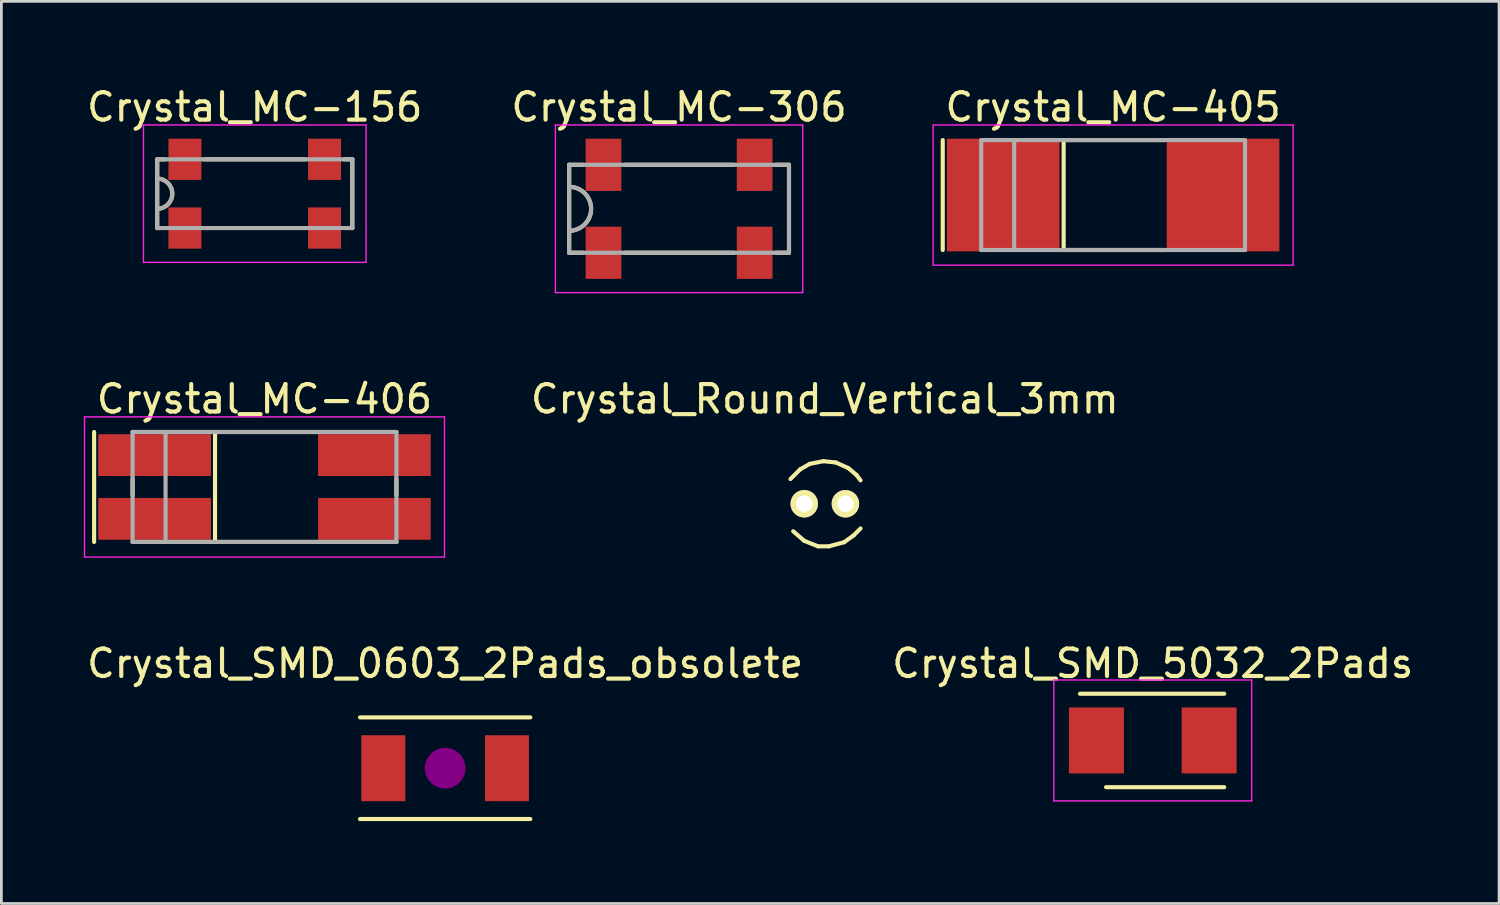
<source format=kicad_pcb>
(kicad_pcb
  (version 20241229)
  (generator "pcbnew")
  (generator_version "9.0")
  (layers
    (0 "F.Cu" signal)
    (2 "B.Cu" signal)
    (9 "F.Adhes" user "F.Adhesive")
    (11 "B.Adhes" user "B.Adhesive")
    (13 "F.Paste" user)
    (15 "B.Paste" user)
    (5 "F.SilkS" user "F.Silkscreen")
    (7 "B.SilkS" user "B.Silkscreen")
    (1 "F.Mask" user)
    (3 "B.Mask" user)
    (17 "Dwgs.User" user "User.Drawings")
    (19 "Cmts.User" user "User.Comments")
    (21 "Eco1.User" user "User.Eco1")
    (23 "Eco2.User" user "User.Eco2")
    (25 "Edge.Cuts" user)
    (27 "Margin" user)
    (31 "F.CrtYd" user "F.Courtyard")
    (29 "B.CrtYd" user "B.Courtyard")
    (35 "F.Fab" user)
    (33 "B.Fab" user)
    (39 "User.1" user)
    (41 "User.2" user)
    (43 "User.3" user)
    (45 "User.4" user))
  (footprint "Crystal_MC-406"
    (layer "F.Cu")
    (at 6.575 14.671)
    (property "Reference" "Crystal_MC-406" (at 0 -3.2 0) (layer "F.SilkS") (effects (font (size 1 1) (thickness 0.15))))
    (attr smd)
    (fp_line (start -6.2 2) (end -6.2 -2) (stroke (width 0.15) (type solid)) (layer "F.SilkS"))
    (fp_line (start -4.8 -2) (end 4.8 -2) (stroke (width 0.15) (type solid)) (layer "F.SilkS"))
    (fp_line (start -4.8 0.3) (end -4.8 -0.3) (stroke (width 0.15) (type solid)) (layer "F.SilkS"))
    (fp_line (start -1.8 2) (end -1.8 -2) (stroke (width 0.15) (type solid)) (layer "F.SilkS"))
    (fp_line (start 4.8 0.3) (end 4.8 -0.3) (stroke (width 0.15) (type solid)) (layer "F.SilkS"))
    (fp_line (start 4.8 2) (end -4.8 2) (stroke (width 0.15) (type solid)) (layer "F.SilkS"))
    (fp_line (start -6.55 -2.55) (end 6.55 -2.55) (stroke (width 0.05) (type solid)) (layer "F.CrtYd"))
    (fp_line (start -6.55 2.55) (end -6.55 -2.55) (stroke (width 0.05) (type solid)) (layer "F.CrtYd"))
    (fp_line (start 6.55 -2.55) (end 6.55 2.55) (stroke (width 0.05) (type solid)) (layer "F.CrtYd"))
    (fp_line (start 6.55 2.55) (end -6.55 2.55) (stroke (width 0.05) (type solid)) (layer "F.CrtYd"))
    (fp_line (start -4.8 2) (end -4.8 -2) (stroke (width 0.15) (type solid)) (layer "F.Fab"))
    (fp_line (start -4.8 2) (end 4.8 2) (stroke (width 0.15) (type solid)) (layer "F.Fab"))
    (fp_line (start -3.6 -2) (end -3.6 2) (stroke (width 0.15) (type solid)) (layer "F.Fab"))
    (fp_line (start 4.8 -2) (end -4.8 -2) (stroke (width 0.15) (type solid)) (layer "F.Fab"))
    (fp_line (start 4.8 -2) (end 4.8 2) (stroke (width 0.15) (type solid)) (layer "F.Fab"))
    (pad "" smd rect (at 4 -1.16) (size 4.1 1.52) (layers "F.Cu" "F.Mask" "F.Paste"))
    (pad "" smd rect (at 4 1.16) (size 4.1 1.52) (layers "F.Cu" "F.Mask" "F.Paste"))
    (pad "1" smd rect (at -4 1.16) (size 4.1 1.52) (layers "F.Cu" "F.Mask" "F.Paste"))
    (pad "2" smd rect (at -4 -1.16) (size 4.1 1.52) (layers "F.Cu" "F.Mask" "F.Paste")))
  (footprint "Crystal_MC-405"
    (layer "F.Cu")
    (at 37.456 4.048)
    (property "Reference" "Crystal_MC-405" (at 0 -3.2 0) (layer "F.SilkS") (effects (font (size 1 1) (thickness 0.15))))
    (attr smd)
    (fp_line (start -6.2 -2) (end -6.2 2) (stroke (width 0.15) (type solid)) (layer "F.SilkS"))
    (fp_line (start -1.8 -2) (end 1.85 -2) (stroke (width 0.15) (type solid)) (layer "F.SilkS"))
    (fp_line (start -1.8 2) (end -1.8 -2) (stroke (width 0.15) (type solid)) (layer "F.SilkS"))
    (fp_line (start -1.8 2) (end 1.85 2) (stroke (width 0.15) (type solid)) (layer "F.SilkS"))
    (fp_line (start -6.55 -2.55) (end 6.55 -2.55) (stroke (width 0.05) (type solid)) (layer "F.CrtYd"))
    (fp_line (start -6.55 2.55) (end -6.55 -2.55) (stroke (width 0.05) (type solid)) (layer "F.CrtYd"))
    (fp_line (start 6.55 -2.55) (end 6.55 2.55) (stroke (width 0.05) (type solid)) (layer "F.CrtYd"))
    (fp_line (start 6.55 2.55) (end -6.55 2.55) (stroke (width 0.05) (type solid)) (layer "F.CrtYd"))
    (fp_line (start -4.8 2) (end -4.8 -2) (stroke (width 0.15) (type solid)) (layer "F.Fab"))
    (fp_line (start -4.8 2) (end 4.8 2) (stroke (width 0.15) (type solid)) (layer "F.Fab"))
    (fp_line (start -3.6 -2) (end -3.6 2) (stroke (width 0.15) (type solid)) (layer "F.Fab"))
    (fp_line (start 4.8 -2) (end -4.8 -2) (stroke (width 0.15) (type solid)) (layer "F.Fab"))
    (fp_line (start 4.8 -2) (end 4.8 2) (stroke (width 0.15) (type solid)) (layer "F.Fab"))
    (pad "1" smd rect (at -4 0) (size 4.1 4.1) (layers "F.Cu" "F.Mask" "F.Paste"))
    (pad "2" smd rect (at 4 0) (size 4.1 4.1) (layers "F.Cu" "F.Mask" "F.Paste")))
  (footprint "Crystal_MC-306"
    (layer "F.Cu")
    (at 21.661 4.548)
    (property "Reference" "Crystal_MC-306" (at 0 -3.7 0) (layer "F.SilkS") (effects (font (size 1 1) (thickness 0.15))))
    (attr smd)
    (fp_line (start -4 -1.6) (end -3.5 -1.6) (stroke (width 0.15) (type solid)) (layer "F.SilkS"))
    (fp_line (start -4 1.6) (end -4 -1.6) (stroke (width 0.15) (type solid)) (layer "F.SilkS"))
    (fp_line (start -3.5 1.6) (end -4 1.6) (stroke (width 0.15) (type solid)) (layer "F.SilkS"))
    (fp_line (start -2 -1.6) (end 2 -1.6) (stroke (width 0.15) (type solid)) (layer "F.SilkS"))
    (fp_line (start 2 1.6) (end -2 1.6) (stroke (width 0.15) (type solid)) (layer "F.SilkS"))
    (fp_line (start 3.5 -1.6) (end 4 -1.6) (stroke (width 0.15) (type solid)) (layer "F.SilkS"))
    (fp_line (start 4 -1.6) (end 4 1.6) (stroke (width 0.15) (type solid)) (layer "F.SilkS"))
    (fp_line (start 4 1.6) (end 3.5 1.6) (stroke (width 0.15) (type solid)) (layer "F.SilkS"))
    (fp_arc (start -4 -0.8) (mid -3.2 0) (end -4 0.8) (stroke (width 0.15) (type solid)) (layer "F.SilkS"))
    (fp_line (start -4.5 -3.05) (end -4.5 3.05) (stroke (width 0.05) (type solid)) (layer "F.CrtYd"))
    (fp_line (start -4.5 -3.05) (end 4.5 -3.05) (stroke (width 0.05) (type solid)) (layer "F.CrtYd"))
    (fp_line (start -4.5 3.05) (end 4.5 3.05) (stroke (width 0.05) (type solid)) (layer "F.CrtYd"))
    (fp_line (start 4.5 3.05) (end 4.5 -3.05) (stroke (width 0.05) (type solid)) (layer "F.CrtYd"))
    (fp_line (start -4 1.6) (end -4 -1.6) (stroke (width 0.15) (type solid)) (layer "F.Fab"))
    (fp_line (start -4 1.6) (end 4 1.6) (stroke (width 0.15) (type solid)) (layer "F.Fab"))
    (fp_line (start 4 -1.6) (end -4 -1.6) (stroke (width 0.15) (type solid)) (layer "F.Fab"))
    (fp_line (start 4 -1.6) (end 4 1.6) (stroke (width 0.15) (type solid)) (layer "F.Fab"))
    (fp_arc (start -4 -0.8) (mid -3.2 0) (end -4 0.8) (stroke (width 0.15) (type solid)) (layer "F.Fab"))
    (pad "" smd rect (at 2.75 -1.6) (size 1.3 1.9) (layers "F.Cu" "F.Mask" "F.Paste"))
    (pad "" smd rect (at 2.75 1.6) (size 1.3 1.9) (layers "F.Cu" "F.Mask" "F.Paste"))
    (pad "1" smd rect (at -2.75 1.6) (size 1.3 1.9) (layers "F.Cu" "F.Mask" "F.Paste"))
    (pad "2" smd rect (at -2.75 -1.6) (size 1.3 1.9) (layers "F.Cu" "F.Mask" "F.Paste")))
  (footprint "Crystal_SMD_0603_2Pads_obsolete"
    (layer "F.Cu")
    (at 13.149 24.905)
    (property "Reference" "Crystal_SMD_0603_2Pads_obsolete" (at 0 -3.81 0) (layer "F.SilkS") (effects (font (size 1 1) (thickness 0.15))))
    (attr smd)
    (fp_line (start -3.099 -1.849) (end 3.099 -1.849) (stroke (width 0.15) (type solid)) (layer "F.SilkS"))
    (fp_line (start 3.099 1.849) (end -3.099 1.849) (stroke (width 0.15) (type solid)) (layer "F.SilkS"))
    (fp_circle (center 0 0) (end 0.051 0) (stroke (width 0.381) (type solid)) (fill no) (layer "F.Adhes"))
    (fp_circle (center 0 0) (end 0.201 0) (stroke (width 0.381) (type solid)) (fill no) (layer "F.Adhes"))
    (fp_circle (center 0 0) (end 0.551 0) (stroke (width 0.381) (type solid)) (fill no) (layer "F.Adhes"))
    (pad "1" smd rect (at -2.25 0) (size 1.6 2.4) (layers "F.Cu" "F.Mask" "F.Paste"))
    (pad "2" smd rect (at 2.25 0) (size 1.6 2.4) (layers "F.Cu" "F.Mask" "F.Paste")))
  (footprint "Crystal_SMD_5032_2Pads"
    (layer "F.Cu")
    (at 38.899 23.895)
    (property "Reference" "Crystal_SMD_5032_2Pads" (at 0 -2.8 0) (layer "F.SilkS") (effects (font (size 1 1) (thickness 0.15))))
    (attr smd)
    (fp_line (start -2.65 -1.7) (end 2.6 -1.7) (stroke (width 0.15) (type solid)) (layer "F.SilkS"))
    (fp_line (start 2.6 1.7) (end -1.7 1.7) (stroke (width 0.15) (type solid)) (layer "F.SilkS"))
    (fp_line (start -3.6 -2.2) (end -3.6 2.2) (stroke (width 0.05) (type solid)) (layer "F.CrtYd"))
    (fp_line (start -3.6 2.2) (end 3.6 2.2) (stroke (width 0.05) (type solid)) (layer "F.CrtYd"))
    (fp_line (start 3.6 -2.2) (end -3.6 -2.2) (stroke (width 0.05) (type solid)) (layer "F.CrtYd"))
    (fp_line (start 3.6 2.2) (end 3.6 -2.2) (stroke (width 0.05) (type solid)) (layer "F.CrtYd"))
    (pad "1" smd rect (at -2.05 0) (size 2 2.4) (layers "F.Cu" "F.Mask" "F.Paste"))
    (pad "2" smd rect (at 2.05 0) (size 2 2.4) (layers "F.Cu" "F.Mask" "F.Paste")))
  (footprint "Crystal_Round_Vertical_3mm"
    (layer "F.Cu")
    (at 26.965 15.281)
    (property "Reference" "Crystal_Round_Vertical_3mm" (at 0 -3.81 0) (layer "F.SilkS") (effects (font (size 1 1) (thickness 0.15))))
    (attr through_hole)
    (fp_line (start -0.899 -1.25) (end -1.25 -0.899) (stroke (width 0.15) (type solid)) (layer "F.SilkS"))
    (fp_line (start -0.749 1.349) (end -1.151 1.001) (stroke (width 0.15) (type solid)) (layer "F.SilkS"))
    (fp_line (start -0.551 -1.45) (end -0.899 -1.25) (stroke (width 0.15) (type solid)) (layer "F.SilkS"))
    (fp_line (start -0.249 1.549) (end -0.749 1.349) (stroke (width 0.15) (type solid)) (layer "F.SilkS"))
    (fp_line (start -0.051 -1.549) (end -0.551 -1.45) (stroke (width 0.15) (type solid)) (layer "F.SilkS"))
    (fp_line (start 0.15 1.549) (end -0.249 1.549) (stroke (width 0.15) (type solid)) (layer "F.SilkS"))
    (fp_line (start 0.399 -1.501) (end -0.051 -1.549) (stroke (width 0.15) (type solid)) (layer "F.SilkS"))
    (fp_line (start 0.701 1.4) (end 0.15 1.549) (stroke (width 0.15) (type solid)) (layer "F.SilkS"))
    (fp_line (start 0.851 -1.3) (end 0.399 -1.501) (stroke (width 0.15) (type solid)) (layer "F.SilkS"))
    (fp_line (start 1.049 1.151) (end 0.701 1.4) (stroke (width 0.15) (type solid)) (layer "F.SilkS"))
    (fp_line (start 1.151 -1.049) (end 0.851 -1.3) (stroke (width 0.15) (type solid)) (layer "F.SilkS"))
    (fp_line (start 1.3 -0.851) (end 1.151 -1.049) (stroke (width 0.15) (type solid)) (layer "F.SilkS"))
    (fp_line (start 1.3 0.899) (end 1.049 1.151) (stroke (width 0.15) (type solid)) (layer "F.SilkS"))
    (pad "1" thru_hole circle (at -0.749 0) (size 1.001 1.001) (drill 0.599) (layers "*.Cu" "*.Mask" "F.SilkS"))
    (pad "2" thru_hole circle (at 0.749 0) (size 1.001 1.001) (drill 0.599) (layers "*.Cu" "*.Mask" "F.SilkS")))
  (footprint "Crystal_MC-156"
    (layer "F.Cu")
    (at 6.22 3.998)
    (property "Reference" "Crystal_MC-156" (at 0 -3.15 0) (layer "F.SilkS") (effects (font (size 1 1) (thickness 0.15))))
    (attr smd)
    (fp_line (start -3.55 -1.25) (end -3.55 1.25) (stroke (width 0.15) (type solid)) (layer "F.SilkS"))
    (fp_line (start -3.55 -1.25) (end -3.25 -1.25) (stroke (width 0.15) (type solid)) (layer "F.SilkS"))
    (fp_line (start -3.55 1.25) (end -3.25 1.25) (stroke (width 0.15) (type solid)) (layer "F.SilkS"))
    (fp_line (start -1.85 -1.25) (end 1.85 -1.25) (stroke (width 0.15) (type solid)) (layer "F.SilkS"))
    (fp_line (start 1.85 1.25) (end -1.85 1.25) (stroke (width 0.15) (type solid)) (layer "F.SilkS"))
    (fp_line (start 3.25 -1.25) (end 3.55 -1.25) (stroke (width 0.15) (type solid)) (layer "F.SilkS"))
    (fp_line (start 3.55 -1.25) (end 3.55 1.25) (stroke (width 0.15) (type solid)) (layer "F.SilkS"))
    (fp_line (start 3.55 1.25) (end 3.25 1.25) (stroke (width 0.15) (type solid)) (layer "F.SilkS"))
    (fp_arc (start -3.55 -0.55) (mid -3 0) (end -3.55 0.55) (stroke (width 0.15) (type solid)) (layer "F.SilkS"))
    (fp_line (start -4.05 -2.5) (end 4.05 -2.5) (stroke (width 0.05) (type solid)) (layer "F.CrtYd"))
    (fp_line (start -4.05 2.5) (end -4.05 -2.5) (stroke (width 0.05) (type solid)) (layer "F.CrtYd"))
    (fp_line (start 4.05 -2.5) (end 4.05 2.5) (stroke (width 0.05) (type solid)) (layer "F.CrtYd"))
    (fp_line (start 4.05 2.5) (end -4.05 2.5) (stroke (width 0.05) (type solid)) (layer "F.CrtYd"))
    (fp_line (start -3.55 1.25) (end -3.55 -1.25) (stroke (width 0.15) (type solid)) (layer "F.Fab"))
    (fp_line (start -3.55 1.25) (end 3.55 1.25) (stroke (width 0.15) (type solid)) (layer "F.Fab"))
    (fp_line (start 3.55 -1.25) (end -3.55 -1.25) (stroke (width 0.15) (type solid)) (layer "F.Fab"))
    (fp_line (start 3.55 -1.25) (end 3.55 1.25) (stroke (width 0.15) (type solid)) (layer "F.Fab"))
    (fp_arc (start -3.55 -0.55) (mid -3 0) (end -3.55 0.55) (stroke (width 0.15) (type solid)) (layer "F.Fab"))
    (pad "" smd rect (at 2.54 -1.25) (size 1.2 1.5) (layers "F.Cu" "F.Mask" "F.Paste"))
    (pad "" smd rect (at 2.54 1.25) (size 1.2 1.5) (layers "F.Cu" "F.Mask" "F.Paste"))
    (pad "1" smd rect (at -2.54 1.25) (size 1.2 1.5) (layers "F.Cu" "F.Mask" "F.Paste"))
    (pad "2" smd rect (at -2.54 -1.25) (size 1.2 1.5) (layers "F.Cu" "F.Mask" "F.Paste")))
  (gr_rect
    (start -3 -3)
    (end 51.5 29.829)
    (stroke (width 0.1) (type default))
    (fill no)
    (layer "Edge.Cuts")))
</source>
